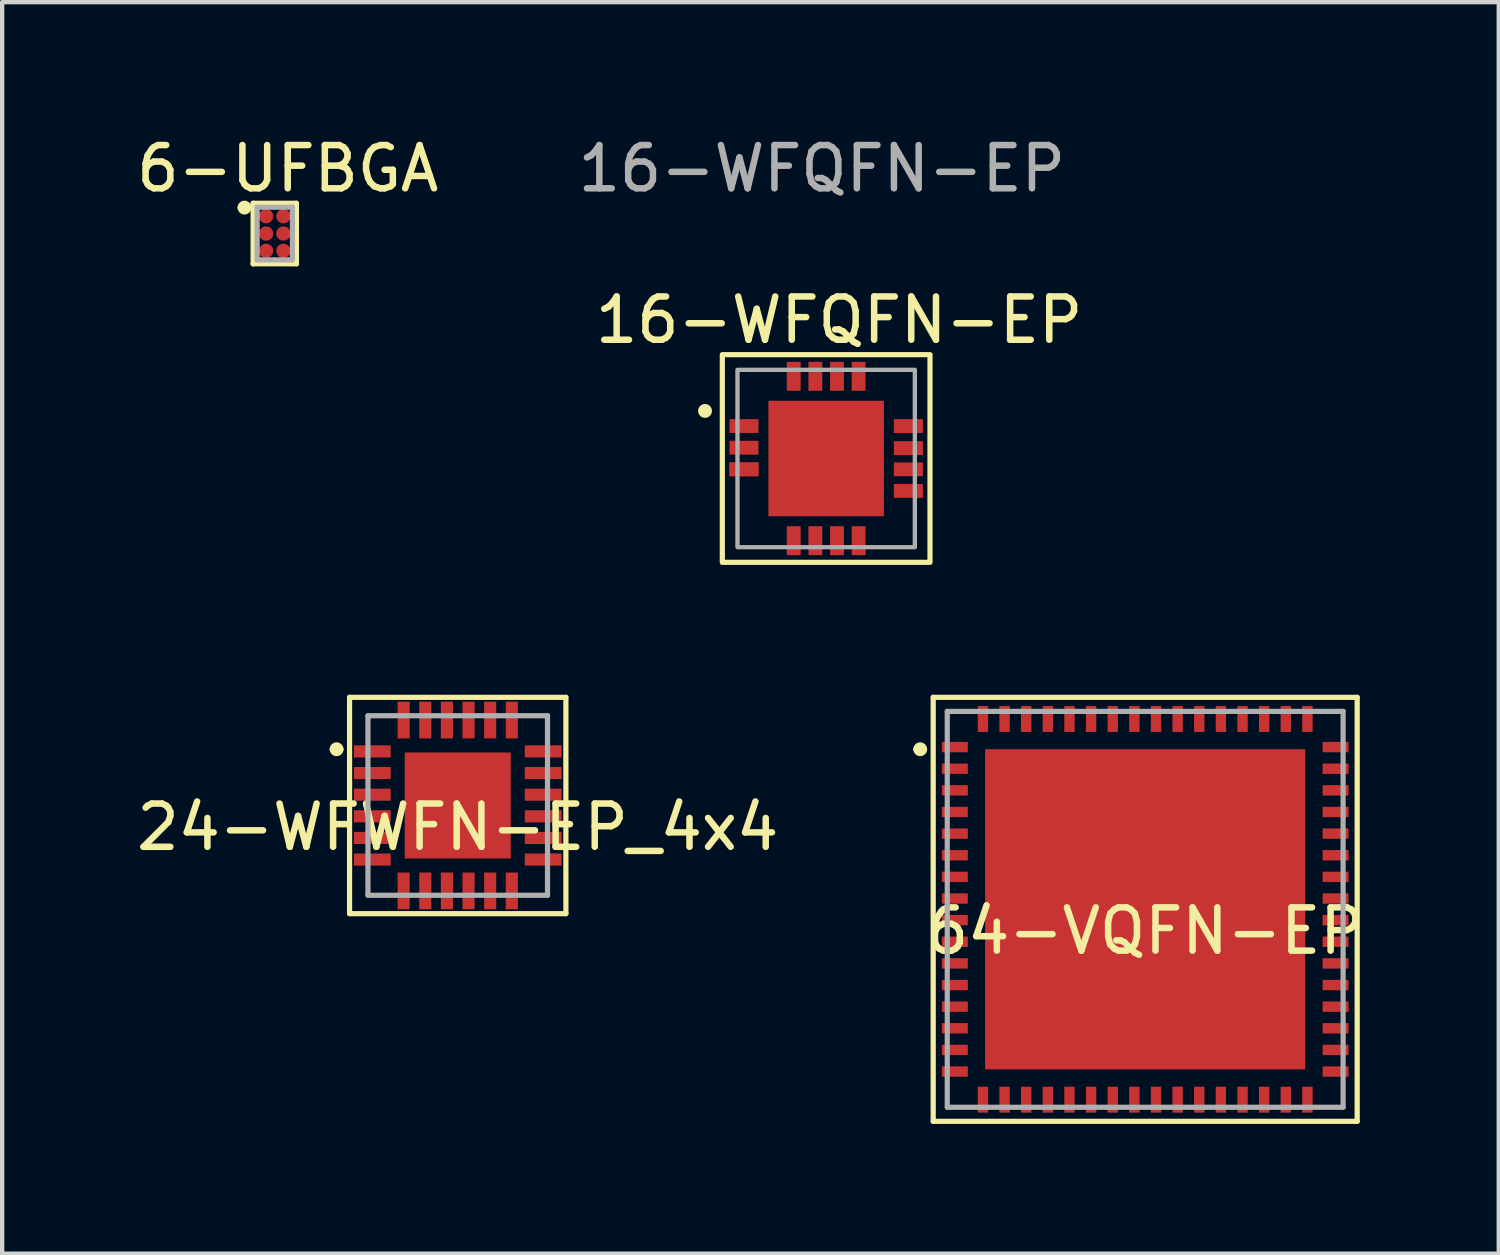
<source format=kicad_pcb>
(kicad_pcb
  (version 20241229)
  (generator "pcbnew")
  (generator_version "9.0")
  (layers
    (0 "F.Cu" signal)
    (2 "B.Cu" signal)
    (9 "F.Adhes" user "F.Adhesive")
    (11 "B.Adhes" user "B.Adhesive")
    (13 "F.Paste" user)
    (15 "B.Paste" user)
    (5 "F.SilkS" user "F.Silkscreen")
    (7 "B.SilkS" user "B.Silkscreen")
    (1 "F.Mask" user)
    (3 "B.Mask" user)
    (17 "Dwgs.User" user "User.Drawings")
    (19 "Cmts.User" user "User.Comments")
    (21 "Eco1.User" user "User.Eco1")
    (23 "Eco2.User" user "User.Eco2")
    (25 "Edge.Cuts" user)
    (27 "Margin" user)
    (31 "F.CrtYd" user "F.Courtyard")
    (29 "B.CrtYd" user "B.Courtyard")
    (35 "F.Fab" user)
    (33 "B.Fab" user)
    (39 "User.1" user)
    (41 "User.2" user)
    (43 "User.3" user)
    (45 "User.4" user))
  (footprint "6-UFBGA"
    (layer "F.Cu")
    (at 3.301 2.348)
    (property "Reference" "6-UFBGA" (at 0.3 -1.5 0) (layer "F.SilkS") (effects (font (size 1 1) (thickness 0.15))))
    (attr smd)
    (fp_line (start -0.8 -0.6) (end -0.6 -0.6) (stroke (width 0.12) (type solid)) (layer "F.SilkS"))
    (fp_line (start -0.5 -0.7) (end 0.5 -0.7) (stroke (width 0.12) (type solid)) (layer "F.SilkS"))
    (fp_line (start -0.5 0.7) (end -0.5 -0.7) (stroke (width 0.12) (type solid)) (layer "F.SilkS"))
    (fp_line (start 0.5 -0.7) (end 0.5 0.7) (stroke (width 0.12) (type solid)) (layer "F.SilkS"))
    (fp_line (start 0.5 0.7) (end -0.5 0.7) (stroke (width 0.12) (type solid)) (layer "F.SilkS"))
    (fp_circle (center -0.7 -0.6) (end -0.6 -0.6) (stroke (width 0.12) (type solid)) (fill no) (layer "F.SilkS"))
    (fp_line (start -0.408 -0.608) (end 0.408 -0.608) (stroke (width 0.12) (type solid)) (layer "F.Fab"))
    (fp_line (start -0.408 0.608) (end -0.408 -0.608) (stroke (width 0.12) (type solid)) (layer "F.Fab"))
    (fp_line (start 0.408 -0.608) (end 0.408 0.608) (stroke (width 0.12) (type solid)) (layer "F.Fab"))
    (fp_line (start 0.408 0.608) (end -0.408 0.608) (stroke (width 0.12) (type solid)) (layer "F.Fab"))
    (pad "A1" smd circle (at -0.2 -0.4) (size 0.33 0.33) (layers "F.Cu" "F.Mask" "F.Paste"))
    (pad "A2" smd circle (at 0.2 -0.4) (size 0.33 0.33) (layers "F.Cu" "F.Mask" "F.Paste"))
    (pad "B1" smd circle (at -0.2 0) (size 0.33 0.33) (layers "F.Cu" "F.Mask" "F.Paste"))
    (pad "B2" smd circle (at 0.2 0) (size 0.33 0.33) (layers "F.Cu" "F.Mask" "F.Paste"))
    (pad "C1" smd circle (at -0.2 0.4) (size 0.33 0.33) (layers "F.Cu" "F.Mask" "F.Paste"))
    (pad "C2" smd circle (at 0.2 0.4) (size 0.33 0.33) (layers "F.Cu" "F.Mask" "F.Paste")))
  (footprint "64-VQFN-EP"
    (layer "F.Cu")
    (at 23.42 17.968)
    (property "Reference" "64-VQFN-EP" (at 0 0.5 0) (layer "F.SilkS") (effects (font (size 1 1) (thickness 0.15))))
    (attr smd)
    (fp_line (start -5.3 -3.7) (end -5.1 -3.7) (stroke (width 0.12) (type solid)) (layer "F.SilkS"))
    (fp_line (start -4.9 -4.9) (end 4.9 -4.9) (stroke (width 0.12) (type solid)) (layer "F.SilkS"))
    (fp_line (start -4.9 4.9) (end -4.9 -4.9) (stroke (width 0.12) (type solid)) (layer "F.SilkS"))
    (fp_line (start 4.9 -4.9) (end 4.9 4.9) (stroke (width 0.12) (type solid)) (layer "F.SilkS"))
    (fp_line (start 4.9 4.9) (end -4.9 4.9) (stroke (width 0.12) (type solid)) (layer "F.SilkS"))
    (fp_circle (center -5.2 -3.7) (end -5.3 -3.7) (stroke (width 0.12) (type solid)) (fill no) (layer "F.SilkS"))
    (fp_line (start -4.575 -4.575) (end -4.575 4.575) (stroke (width 0.12) (type solid)) (layer "F.Fab"))
    (fp_line (start -4.575 -4.575) (end 4.575 -4.575) (stroke (width 0.12) (type solid)) (layer "F.Fab"))
    (fp_line (start -4.575 4.575) (end 4.575 4.575) (stroke (width 0.12) (type solid)) (layer "F.Fab"))
    (fp_line (start 4.575 -4.575) (end 4.575 4.575) (stroke (width 0.12) (type solid)) (layer "F.Fab"))
    (pad "1" smd rect (at -4.4 -3.75) (size 0.6 0.24) (layers "F.Cu" "F.Mask" "F.Paste"))
    (pad "2" smd rect (at -4.4 -3.25) (size 0.6 0.24) (layers "F.Cu" "F.Mask" "F.Paste"))
    (pad "3" smd rect (at -4.4 -2.75) (size 0.6 0.24) (layers "F.Cu" "F.Mask" "F.Paste"))
    (pad "4" smd rect (at -4.4 -2.25) (size 0.6 0.24) (layers "F.Cu" "F.Mask" "F.Paste"))
    (pad "5" smd rect (at -4.4 -1.75) (size 0.6 0.24) (layers "F.Cu" "F.Mask" "F.Paste"))
    (pad "6" smd rect (at -4.4 -1.25) (size 0.6 0.24) (layers "F.Cu" "F.Mask" "F.Paste"))
    (pad "7" smd rect (at -4.4 -0.75) (size 0.6 0.24) (layers "F.Cu" "F.Mask" "F.Paste"))
    (pad "8" smd rect (at -4.4 -0.25) (size 0.6 0.24) (layers "F.Cu" "F.Mask" "F.Paste"))
    (pad "9" smd rect (at -4.4 0.25) (size 0.6 0.24) (layers "F.Cu" "F.Mask" "F.Paste"))
    (pad "10" smd rect (at -4.4 0.75) (size 0.6 0.24) (layers "F.Cu" "F.Mask" "F.Paste"))
    (pad "11" smd rect (at -4.4 1.25) (size 0.6 0.24) (layers "F.Cu" "F.Mask" "F.Paste"))
    (pad "12" smd rect (at -4.4 1.75) (size 0.6 0.24) (layers "F.Cu" "F.Mask" "F.Paste"))
    (pad "13" smd rect (at -4.4 2.25) (size 0.6 0.24) (layers "F.Cu" "F.Mask" "F.Paste"))
    (pad "14" smd rect (at -4.4 2.75) (size 0.6 0.24) (layers "F.Cu" "F.Mask" "F.Paste"))
    (pad "15" smd rect (at -4.4 3.25) (size 0.6 0.24) (layers "F.Cu" "F.Mask" "F.Paste"))
    (pad "16" smd rect (at -4.4 3.75) (size 0.6 0.24) (layers "F.Cu" "F.Mask" "F.Paste"))
    (pad "17" smd rect (at -3.75 4.4 90) (size 0.6 0.24) (layers "F.Cu" "F.Mask" "F.Paste"))
    (pad "18" smd rect (at -3.25 4.4 90) (size 0.6 0.24) (layers "F.Cu" "F.Mask" "F.Paste"))
    (pad "19" smd rect (at -2.75 4.4 90) (size 0.6 0.24) (layers "F.Cu" "F.Mask" "F.Paste"))
    (pad "20" smd rect (at -2.25 4.4 90) (size 0.6 0.24) (layers "F.Cu" "F.Mask" "F.Paste"))
    (pad "21" smd rect (at -1.75 4.4 90) (size 0.6 0.24) (layers "F.Cu" "F.Mask" "F.Paste"))
    (pad "22" smd rect (at -1.25 4.4 90) (size 0.6 0.24) (layers "F.Cu" "F.Mask" "F.Paste"))
    (pad "23" smd rect (at -0.75 4.4 90) (size 0.6 0.24) (layers "F.Cu" "F.Mask" "F.Paste"))
    (pad "24" smd rect (at -0.25 4.4 90) (size 0.6 0.24) (layers "F.Cu" "F.Mask" "F.Paste"))
    (pad "25" smd rect (at 0.25 4.4 90) (size 0.6 0.24) (layers "F.Cu" "F.Mask" "F.Paste"))
    (pad "26" smd rect (at 0.75 4.4 90) (size 0.6 0.24) (layers "F.Cu" "F.Mask" "F.Paste"))
    (pad "27" smd rect (at 1.25 4.4 90) (size 0.6 0.24) (layers "F.Cu" "F.Mask" "F.Paste"))
    (pad "28" smd rect (at 1.75 4.4 90) (size 0.6 0.24) (layers "F.Cu" "F.Mask" "F.Paste"))
    (pad "29" smd rect (at 2.25 4.4 90) (size 0.6 0.24) (layers "F.Cu" "F.Mask" "F.Paste"))
    (pad "30" smd rect (at 2.75 4.4 90) (size 0.6 0.24) (layers "F.Cu" "F.Mask" "F.Paste"))
    (pad "31" smd rect (at 3.25 4.4 90) (size 0.6 0.24) (layers "F.Cu" "F.Mask" "F.Paste"))
    (pad "32" smd rect (at 3.75 4.4 90) (size 0.6 0.24) (layers "F.Cu" "F.Mask" "F.Paste"))
    (pad "33" smd rect (at 4.4 3.75 180) (size 0.6 0.24) (layers "F.Cu" "F.Mask" "F.Paste"))
    (pad "34" smd rect (at 4.4 3.25 180) (size 0.6 0.24) (layers "F.Cu" "F.Mask" "F.Paste"))
    (pad "35" smd rect (at 4.4 2.75 180) (size 0.6 0.24) (layers "F.Cu" "F.Mask" "F.Paste"))
    (pad "36" smd rect (at 4.4 2.25 180) (size 0.6 0.24) (layers "F.Cu" "F.Mask" "F.Paste"))
    (pad "37" smd rect (at 4.4 1.75 180) (size 0.6 0.24) (layers "F.Cu" "F.Mask" "F.Paste"))
    (pad "38" smd rect (at 4.4 1.25 180) (size 0.6 0.24) (layers "F.Cu" "F.Mask" "F.Paste"))
    (pad "39" smd rect (at 4.4 0.75 180) (size 0.6 0.24) (layers "F.Cu" "F.Mask" "F.Paste"))
    (pad "40" smd rect (at 4.4 0.25 180) (size 0.6 0.24) (layers "F.Cu" "F.Mask" "F.Paste"))
    (pad "41" smd rect (at 4.4 -0.25 180) (size 0.6 0.24) (layers "F.Cu" "F.Mask" "F.Paste"))
    (pad "42" smd rect (at 4.4 -0.75 180) (size 0.6 0.24) (layers "F.Cu" "F.Mask" "F.Paste"))
    (pad "43" smd rect (at 4.4 -1.25 180) (size 0.6 0.24) (layers "F.Cu" "F.Mask" "F.Paste"))
    (pad "44" smd rect (at 4.4 -1.75 180) (size 0.6 0.24) (layers "F.Cu" "F.Mask" "F.Paste"))
    (pad "45" smd rect (at 4.4 -2.25 180) (size 0.6 0.24) (layers "F.Cu" "F.Mask" "F.Paste"))
    (pad "46" smd rect (at 4.4 -2.75 180) (size 0.6 0.24) (layers "F.Cu" "F.Mask" "F.Paste"))
    (pad "47" smd rect (at 4.4 -3.25 180) (size 0.6 0.24) (layers "F.Cu" "F.Mask" "F.Paste"))
    (pad "48" smd rect (at 4.4 -3.75 180) (size 0.6 0.24) (layers "F.Cu" "F.Mask" "F.Paste"))
    (pad "49" smd rect (at 3.75 -4.4 270) (size 0.6 0.24) (layers "F.Cu" "F.Mask" "F.Paste"))
    (pad "50" smd rect (at 3.25 -4.4 270) (size 0.6 0.24) (layers "F.Cu" "F.Mask" "F.Paste"))
    (pad "51" smd rect (at 2.75 -4.4 270) (size 0.6 0.24) (layers "F.Cu" "F.Mask" "F.Paste"))
    (pad "52" smd rect (at 2.25 -4.4 270) (size 0.6 0.24) (layers "F.Cu" "F.Mask" "F.Paste"))
    (pad "53" smd rect (at 1.75 -4.4 270) (size 0.6 0.24) (layers "F.Cu" "F.Mask" "F.Paste"))
    (pad "54" smd rect (at 1.25 -4.4 270) (size 0.6 0.24) (layers "F.Cu" "F.Mask" "F.Paste"))
    (pad "55" smd rect (at 0.75 -4.4 270) (size 0.6 0.24) (layers "F.Cu" "F.Mask" "F.Paste"))
    (pad "56" smd rect (at 0.25 -4.4 270) (size 0.6 0.24) (layers "F.Cu" "F.Mask" "F.Paste"))
    (pad "57" smd rect (at -0.25 -4.4 270) (size 0.6 0.24) (layers "F.Cu" "F.Mask" "F.Paste"))
    (pad "58" smd rect (at -0.75 -4.4 270) (size 0.6 0.24) (layers "F.Cu" "F.Mask" "F.Paste"))
    (pad "59" smd rect (at -1.25 -4.4 270) (size 0.6 0.24) (layers "F.Cu" "F.Mask" "F.Paste"))
    (pad "60" smd rect (at -1.75 -4.4 270) (size 0.6 0.24) (layers "F.Cu" "F.Mask" "F.Paste"))
    (pad "61" smd rect (at -2.25 -4.4 270) (size 0.6 0.24) (layers "F.Cu" "F.Mask" "F.Paste"))
    (pad "62" smd rect (at -2.75 -4.4 270) (size 0.6 0.24) (layers "F.Cu" "F.Mask" "F.Paste"))
    (pad "63" smd rect (at -3.25 -4.4 270) (size 0.6 0.24) (layers "F.Cu" "F.Mask" "F.Paste"))
    (pad "64" smd rect (at -3.75 -4.4 270) (size 0.6 0.24) (layers "F.Cu" "F.Mask" "F.Paste"))
    (pad "65" smd rect (at 0 0) (size 7.4 7.4) (layers "F.Cu" "F.Mask" "F.Paste")))
  (footprint "24-WFWFN-EP_4x4"
    (layer "F.Cu")
    (at 7.53 15.568)
    (property "Reference" "24-WFWFN-EP_4x4" (at 0 0.5 0) (layer "F.SilkS") (effects (font (size 1 1) (thickness 0.15))))
    (attr through_hole)
    (fp_line (start -2.9 -1.3) (end -2.7 -1.3) (stroke (width 0.12) (type solid)) (layer "F.SilkS"))
    (fp_line (start -2.5 -2.5) (end 2.5 -2.5) (stroke (width 0.12) (type solid)) (layer "F.SilkS"))
    (fp_line (start -2.5 2.5) (end -2.5 -2.5) (stroke (width 0.12) (type solid)) (layer "F.SilkS"))
    (fp_line (start 2.5 -2.5) (end 2.5 2.5) (stroke (width 0.12) (type solid)) (layer "F.SilkS"))
    (fp_line (start 2.5 2.5) (end -2.5 2.5) (stroke (width 0.12) (type solid)) (layer "F.SilkS"))
    (fp_circle (center -2.8 -1.3) (end -2.9 -1.3) (stroke (width 0.12) (type solid)) (fill no) (layer "F.SilkS"))
    (fp_line (start -2.075 -2.075) (end 2.075 -2.075) (stroke (width 0.12) (type solid)) (layer "F.Fab"))
    (fp_line (start -2.075 2.075) (end -2.075 -2.075) (stroke (width 0.12) (type solid)) (layer "F.Fab"))
    (fp_line (start 2.075 -2.075) (end 2.075 2.075) (stroke (width 0.12) (type solid)) (layer "F.Fab"))
    (fp_line (start 2.075 2.075) (end -2.075 2.075) (stroke (width 0.12) (type solid)) (layer "F.Fab"))
    (pad "1" smd rect (at -1.975 -1.25) (size 0.85 0.28) (layers "F.Cu" "F.Mask" "F.Paste"))
    (pad "2" smd rect (at -1.975 -0.75) (size 0.85 0.28) (layers "F.Cu" "F.Mask" "F.Paste"))
    (pad "3" smd rect (at -1.975 -0.25) (size 0.85 0.28) (layers "F.Cu" "F.Mask" "F.Paste"))
    (pad "4" smd rect (at -1.975 0.25) (size 0.85 0.28) (layers "F.Cu" "F.Mask" "F.Paste"))
    (pad "5" smd rect (at -1.975 0.75) (size 0.85 0.28) (layers "F.Cu" "F.Mask" "F.Paste"))
    (pad "6" smd rect (at -1.975 1.25 180) (size 0.85 0.28) (layers "F.Cu" "F.Mask" "F.Paste"))
    (pad "7" smd rect (at -1.25 1.975 90) (size 0.85 0.28) (layers "F.Cu" "F.Mask" "F.Paste"))
    (pad "8" smd rect (at -0.75 1.975 90) (size 0.85 0.28) (layers "F.Cu" "F.Mask" "F.Paste"))
    (pad "9" smd rect (at -0.25 1.975 90) (size 0.85 0.28) (layers "F.Cu" "F.Mask" "F.Paste"))
    (pad "10" smd rect (at 0.25 1.975 90) (size 0.85 0.28) (layers "F.Cu" "F.Mask" "F.Paste"))
    (pad "11" smd rect (at 0.75 1.975 90) (size 0.85 0.28) (layers "F.Cu" "F.Mask" "F.Paste"))
    (pad "12" smd rect (at 1.25 1.975 90) (size 0.85 0.28) (layers "F.Cu" "F.Mask" "F.Paste"))
    (pad "13" smd rect (at 1.975 1.25 180) (size 0.85 0.28) (layers "F.Cu" "F.Mask" "F.Paste"))
    (pad "14" smd rect (at 1.975 0.75 180) (size 0.85 0.28) (layers "F.Cu" "F.Mask" "F.Paste"))
    (pad "15" smd rect (at 1.975 0.25 180) (size 0.85 0.28) (layers "F.Cu" "F.Mask" "F.Paste"))
    (pad "16" smd rect (at 1.975 -0.25 180) (size 0.85 0.28) (layers "F.Cu" "F.Mask" "F.Paste"))
    (pad "17" smd rect (at 1.975 -0.75 180) (size 0.85 0.28) (layers "F.Cu" "F.Mask" "F.Paste"))
    (pad "18" smd rect (at 1.975 -1.25 180) (size 0.85 0.28) (layers "F.Cu" "F.Mask" "F.Paste"))
    (pad "19" smd rect (at 1.25 -1.975 270) (size 0.85 0.28) (layers "F.Cu" "F.Mask" "F.Paste"))
    (pad "20" smd rect (at 0.75 -1.975 270) (size 0.85 0.28) (layers "F.Cu" "F.Mask" "F.Paste"))
    (pad "21" smd rect (at 0.25 -1.975 270) (size 0.85 0.28) (layers "F.Cu" "F.Mask" "F.Paste"))
    (pad "22" smd rect (at -0.25 -1.975 270) (size 0.85 0.28) (layers "F.Cu" "F.Mask" "F.Paste"))
    (pad "23" smd rect (at -0.75 -1.975 270) (size 0.85 0.28) (layers "F.Cu" "F.Mask" "F.Paste"))
    (pad "24" smd rect (at -1.25 -1.975 270) (size 0.85 0.28) (layers "F.Cu" "F.Mask" "F.Paste"))
    (pad "25" smd rect (at 0 0) (size 2.45 2.45) (layers "F.Cu" "F.Mask" "F.Paste")))
  (footprint "16-WFQFN-EP"
    (layer "F.Cu")
    (at 16.046 7.548)
    (property "Reference" "16-WFQFN-EP" (at 0.3 -3.2 0) (unlocked yes) (layer "F.SilkS") (effects (font (size 1 1) (thickness 0.15))))
    (attr smd)
    (fp_rect (start 2.4 -2.4) (end -2.4 2.4) (stroke (width 0.12) (type solid)) (fill no) (layer "F.SilkS"))
    (fp_circle (center -2.8 -1.1) (end -2.7 -1.1) (stroke (width 0.12) (type solid)) (fill yes) (layer "F.SilkS"))
    (fp_rect (start -2.05 -2.05) (end 2.05 2.05) (stroke (width 0.1) (type solid)) (fill no) (layer "F.Fab"))
    (fp_text user "${REFERENCE}" (at -0.1 -6.7 0) (unlocked yes) (layer "F.Fab") (effects (font (size 1 1) (thickness 0.15))))
    (pad "1" smd rect (at -1.9 -0.75) (size 0.67 0.32) (layers "F.Cu" "F.Mask" "F.Paste"))
    (pad "2" smd rect (at -1.9 -0.25) (size 0.67 0.32) (layers "F.Cu" "F.Mask" "F.Paste"))
    (pad "3" smd rect (at -1.9 0.25) (size 0.67 0.32) (layers "F.Cu" "F.Mask" "F.Paste"))
    (pad "4" smd rect (at -1.9 0.25) (size 0.67 0.32) (layers "F.Cu" "F.Mask" "F.Paste"))
    (pad "5" smd rect (at -0.75 1.9 90) (size 0.67 0.32) (layers "F.Cu" "F.Mask" "F.Paste"))
    (pad "6" smd rect (at -0.25 1.9 90) (size 0.67 0.32) (layers "F.Cu" "F.Mask" "F.Paste"))
    (pad "7" smd rect (at 0.25 1.9 90) (size 0.67 0.32) (layers "F.Cu" "F.Mask" "F.Paste"))
    (pad "8" smd rect (at 0.75 1.9 90) (size 0.67 0.32) (layers "F.Cu" "F.Mask" "F.Paste"))
    (pad "9" smd rect (at 1.9 0.75 180) (size 0.67 0.32) (layers "F.Cu" "F.Mask" "F.Paste"))
    (pad "10" smd rect (at 1.9 0.25 180) (size 0.67 0.32) (layers "F.Cu" "F.Mask" "F.Paste"))
    (pad "11" smd rect (at 1.9 -0.24 180) (size 0.67 0.32) (layers "F.Cu" "F.Mask" "F.Paste"))
    (pad "12" smd rect (at 1.9 -0.75 180) (size 0.67 0.32) (layers "F.Cu" "F.Mask" "F.Paste"))
    (pad "13" smd rect (at 0.75 -1.9 270) (size 0.67 0.32) (layers "F.Cu" "F.Mask" "F.Paste"))
    (pad "14" smd rect (at 0.25 -1.9 270) (size 0.67 0.32) (layers "F.Cu" "F.Mask" "F.Paste"))
    (pad "15" smd rect (at -0.25 -1.9 270) (size 0.67 0.32) (layers "F.Cu" "F.Mask" "F.Paste"))
    (pad "16" smd rect (at -0.75 -1.9 270) (size 0.67 0.32) (layers "F.Cu" "F.Mask" "F.Paste"))
    (pad "17" smd rect (at 0 0 270) (size 2.67 2.67) (layers "F.Cu" "F.Mask" "F.Paste")))
  (gr_rect
    (start -3 -3)
    (end 31.592 25.928)
    (stroke (width 0.1) (type default))
    (fill no)
    (layer "Edge.Cuts")))
</source>
